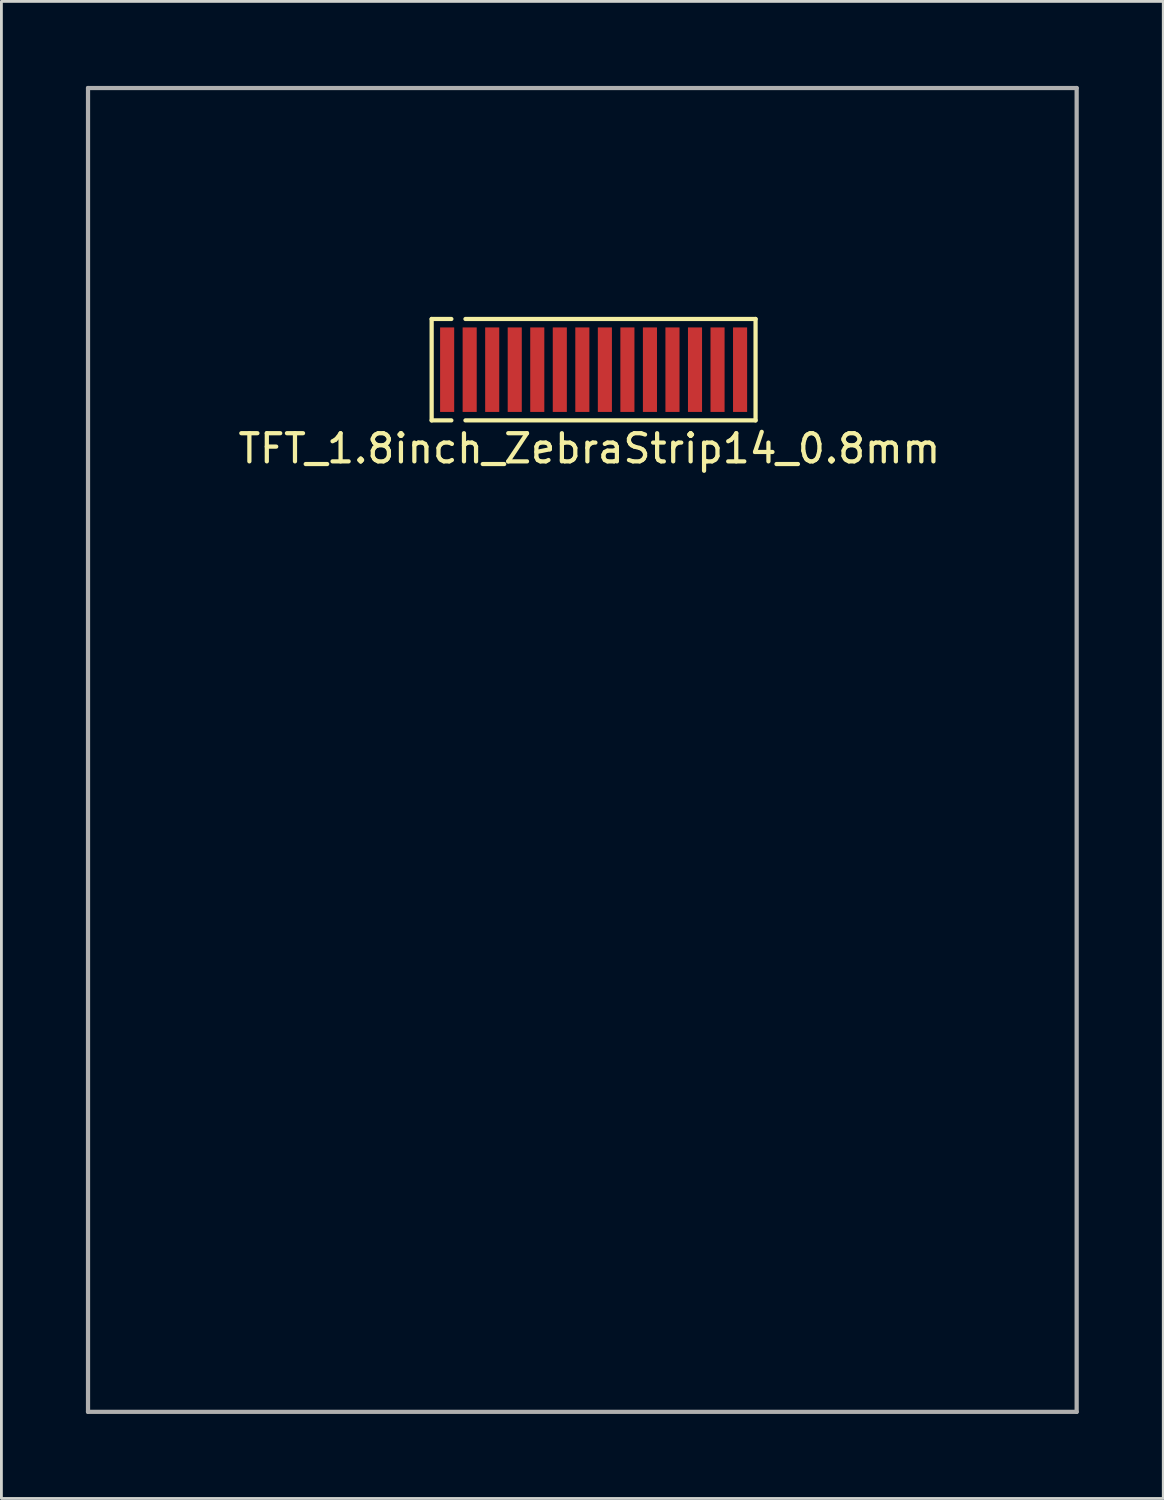
<source format=kicad_pcb>
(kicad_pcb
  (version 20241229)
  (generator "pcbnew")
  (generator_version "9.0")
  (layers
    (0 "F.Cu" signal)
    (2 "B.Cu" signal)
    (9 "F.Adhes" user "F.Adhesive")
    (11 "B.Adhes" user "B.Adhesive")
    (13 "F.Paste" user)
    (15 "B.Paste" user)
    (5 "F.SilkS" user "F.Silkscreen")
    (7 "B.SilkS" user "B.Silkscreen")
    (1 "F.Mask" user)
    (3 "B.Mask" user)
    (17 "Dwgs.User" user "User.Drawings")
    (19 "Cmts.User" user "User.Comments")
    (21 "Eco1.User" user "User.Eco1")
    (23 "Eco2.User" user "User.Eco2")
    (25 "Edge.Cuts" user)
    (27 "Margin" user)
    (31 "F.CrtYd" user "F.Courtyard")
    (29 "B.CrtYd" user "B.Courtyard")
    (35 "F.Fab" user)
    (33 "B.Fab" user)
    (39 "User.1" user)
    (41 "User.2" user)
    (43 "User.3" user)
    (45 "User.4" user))
  (footprint "TFT_1.8inch_ZebraStrip14_0.8mm"
    (layer "F.Cu")
    (at 17.575 10.075)
    (property "Reference" "TFT_1.8inch_ZebraStrip14_0.8mm" (at 0.3 2.8 0) (layer "F.SilkS") (effects (font (size 1 1) (thickness 0.15))))
    (attr through_hole)
    (fp_line (start -5.3 -1.8) (end -4.6 -1.8) (stroke (width 0.15) (type solid)) (layer "F.SilkS"))
    (fp_line (start -5.3 1.8) (end -5.3 -1.8) (stroke (width 0.15) (type solid)) (layer "F.SilkS"))
    (fp_line (start -4.6 1.8) (end -5.3 1.8) (stroke (width 0.15) (type solid)) (layer "F.SilkS"))
    (fp_line (start -4.1 -1.8) (end 6.2 -1.8) (stroke (width 0.15) (type solid)) (layer "F.SilkS"))
    (fp_line (start 6.2 -1.8) (end 6.2 1.8) (stroke (width 0.15) (type solid)) (layer "F.SilkS"))
    (fp_line (start 6.2 1.8) (end -4.1 1.8) (stroke (width 0.15) (type solid)) (layer "F.SilkS"))
    (fp_line (start -17.5 -10) (end -17.5 37) (stroke (width 0.15) (type solid)) (layer "F.Fab"))
    (fp_line (start -17.5 37) (end 17.6 37) (stroke (width 0.15) (type solid)) (layer "F.Fab"))
    (fp_line (start 17.6 -10) (end -17.5 -10) (stroke (width 0.15) (type solid)) (layer "F.Fab"))
    (fp_line (start 17.6 37) (end 17.6 -10) (stroke (width 0.15) (type solid)) (layer "F.Fab"))
    (pad "1" connect rect (at -4.75 0) (size 0.5 3) (layers "F.Cu" "F.Mask"))
    (pad "2" connect rect (at -3.95 0) (size 0.5 3) (layers "F.Cu" "F.Mask"))
    (pad "3" connect rect (at -3.15 0) (size 0.5 3) (layers "F.Cu" "F.Mask"))
    (pad "4" connect rect (at -2.35 0) (size 0.5 3) (layers "F.Cu" "F.Mask"))
    (pad "5" connect rect (at -1.55 0) (size 0.5 3) (layers "F.Cu" "F.Mask"))
    (pad "6" connect rect (at -0.75 0) (size 0.5 3) (layers "F.Cu" "F.Mask"))
    (pad "7" connect rect (at 0.05 0) (size 0.5 3) (layers "F.Cu" "F.Mask"))
    (pad "8" connect rect (at 0.85 0) (size 0.5 3) (layers "F.Cu" "F.Mask"))
    (pad "9" connect rect (at 1.65 0) (size 0.5 3) (layers "F.Cu" "F.Mask"))
    (pad "10" connect rect (at 2.45 0) (size 0.5 3) (layers "F.Cu" "F.Mask"))
    (pad "11" connect rect (at 3.25 0) (size 0.5 3) (layers "F.Cu" "F.Mask"))
    (pad "12" connect rect (at 4.05 0) (size 0.5 3) (layers "F.Cu" "F.Mask"))
    (pad "13" connect rect (at 4.85 0) (size 0.5 3) (layers "F.Cu" "F.Mask"))
    (pad "14" connect rect (at 5.65 0) (size 0.5 3) (layers "F.Cu" "F.Mask")))
  (gr_rect
    (start -3 -3)
    (end 38.25 50.15)
    (stroke (width 0.1) (type default))
    (fill no)
    (layer "Edge.Cuts")))
</source>
